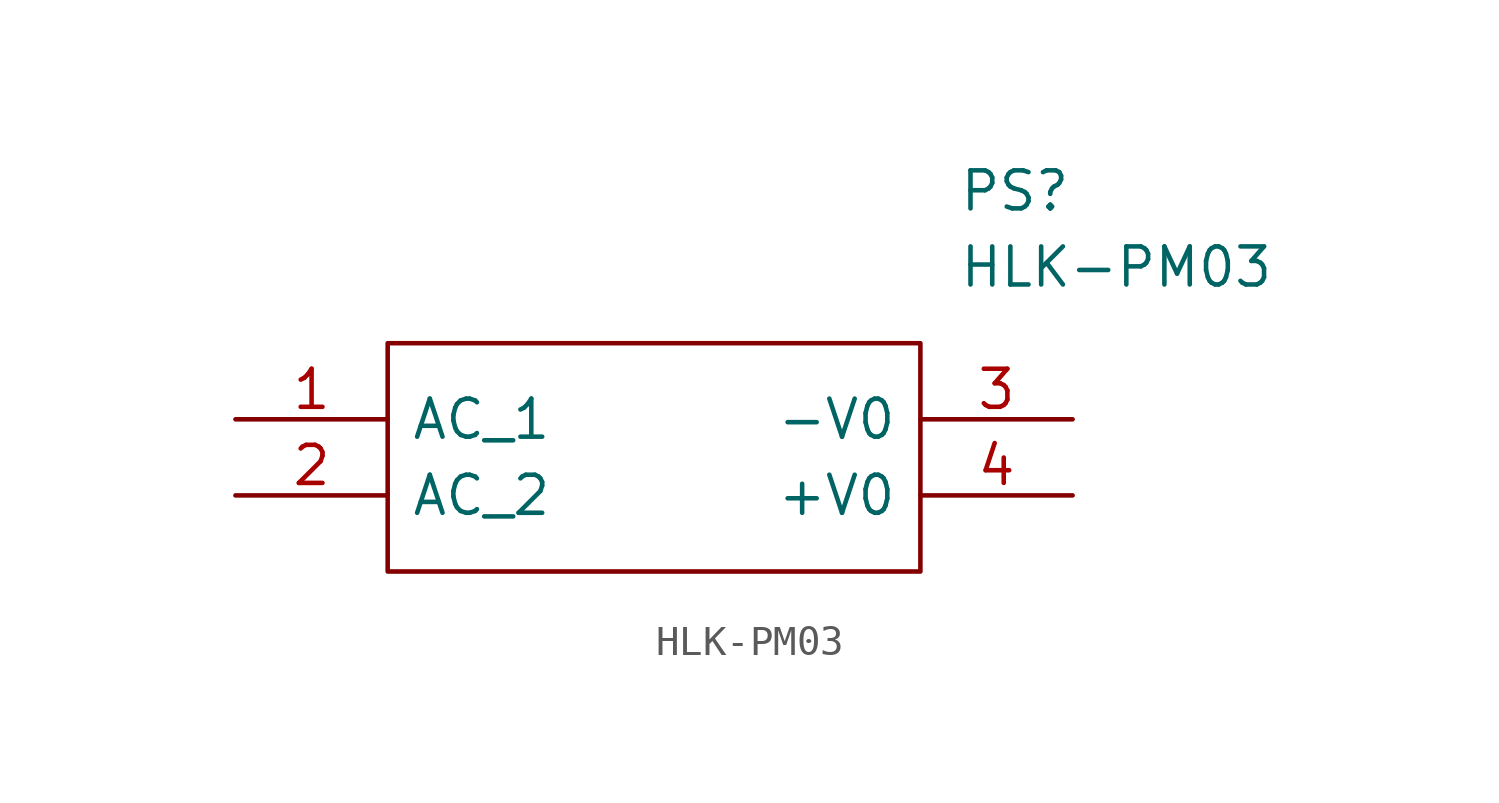
<source format=kicad_sym>
(kicad_symbol_lib
  (version 20211014)
  (generator kicad_symbol_editor)
  (symbol "HLK-PM03"
    (pin_names
      (offset 0.762))
    (property "Reference" "PS"
      (at 24.13 7.62 0)
      (effects (font (size 1.27 1.27)) (justify left)))
    (property "Value" "HLK-PM03"
      (at 24.13 5.08 0)
      (effects (font (size 1.27 1.27)) (justify left)))
    (symbol "HLK-PM03_0_0"
      (pin passive line (at 0 0 0) (length 5.08) (name "AC_1" (effects (font (size 1.27 1.27)))) (number "1" (effects (font (size 1.27 1.27)))))
      (pin passive line (at 0 -2.54 0) (length 5.08) (name "AC_2" (effects (font (size 1.27 1.27)))) (number "2" (effects (font (size 1.27 1.27)))))
      (pin passive line (at 27.94 0 180) (length 5.08) (name "-V0" (effects (font (size 1.27 1.27)))) (number "3" (effects (font (size 1.27 1.27)))))
      (pin passive line (at 27.94 -2.54 180) (length 5.08) (name "+V0" (effects (font (size 1.27 1.27)))) (number "4" (effects (font (size 1.27 1.27))))))
    (symbol "HLK-PM03_0_1"
      (polyline (pts (xy 5.08 2.54) (xy 22.86 2.54) (xy 22.86 -5.08) (xy 5.08 -5.08) (xy 5.08 2.54)) (stroke (width 0.152) (type default) (color 0 0 0 0)) (fill (type none))))))
</source>
